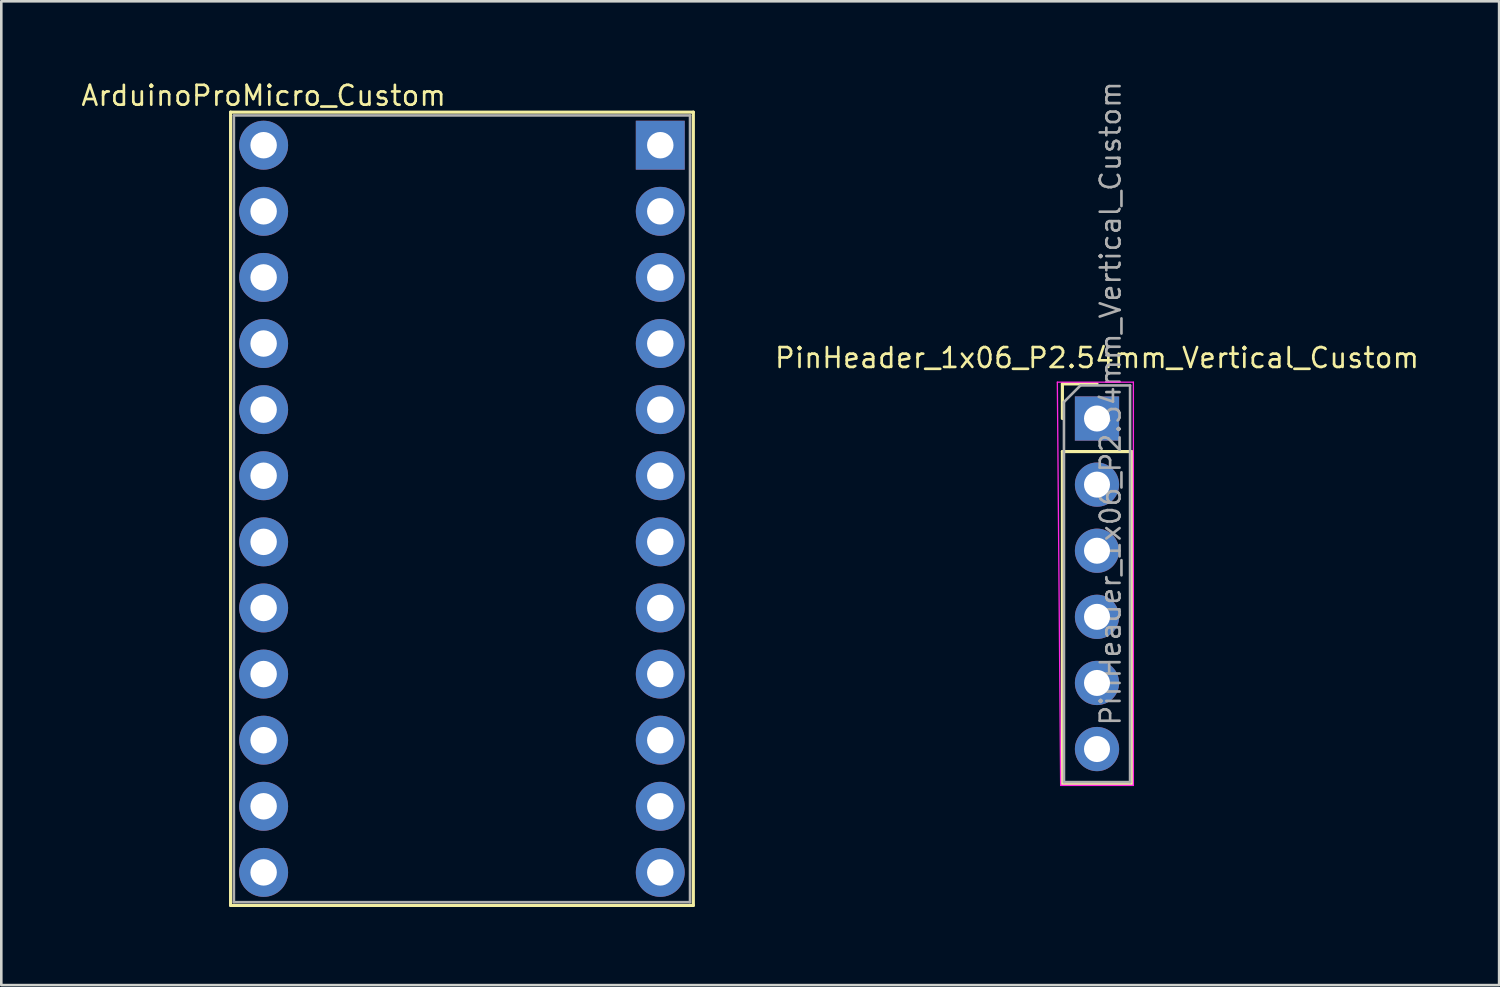
<source format=kicad_pcb>
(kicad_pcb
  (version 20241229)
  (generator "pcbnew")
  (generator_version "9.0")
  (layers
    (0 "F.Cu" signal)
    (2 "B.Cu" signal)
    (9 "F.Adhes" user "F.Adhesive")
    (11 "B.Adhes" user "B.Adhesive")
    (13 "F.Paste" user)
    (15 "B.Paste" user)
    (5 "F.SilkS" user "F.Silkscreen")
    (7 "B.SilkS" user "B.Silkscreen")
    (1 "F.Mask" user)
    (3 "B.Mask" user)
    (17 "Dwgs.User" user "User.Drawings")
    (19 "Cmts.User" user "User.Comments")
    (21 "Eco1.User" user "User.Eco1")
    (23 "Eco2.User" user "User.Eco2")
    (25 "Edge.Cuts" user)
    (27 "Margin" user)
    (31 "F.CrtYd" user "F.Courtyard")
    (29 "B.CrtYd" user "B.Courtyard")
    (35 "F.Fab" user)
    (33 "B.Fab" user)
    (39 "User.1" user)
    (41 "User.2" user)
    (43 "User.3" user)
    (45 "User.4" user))
  (footprint "PinHeader_1x06_P2.54mm_Vertical_Custom"
    (layer "F.Cu")
    (at 39.099 13.03)
    (property "Reference" "PinHeader_1x06_P2.54mm_Vertical_Custom" (at 0 -2.33 0) (layer "F.SilkS") (effects (font (size 0.762 0.762) (thickness 0.102))))
    (attr through_hole)
    (fp_line (start -1.33 -1.33) (end 0 -1.33) (stroke (width 0.12) (type solid)) (layer "F.SilkS"))
    (fp_line (start -1.33 0) (end -1.33 -1.33) (stroke (width 0.12) (type solid)) (layer "F.SilkS"))
    (fp_line (start -1.33 1.27) (end -1.33 14.03) (stroke (width 0.12) (type solid)) (layer "F.SilkS"))
    (fp_line (start -1.33 1.27) (end 1.33 1.27) (stroke (width 0.12) (type solid)) (layer "F.SilkS"))
    (fp_line (start -1.33 14.03) (end 1.33 14.03) (stroke (width 0.12) (type solid)) (layer "F.SilkS"))
    (fp_line (start 1.33 1.27) (end 1.33 14.03) (stroke (width 0.12) (type solid)) (layer "F.SilkS"))
    (fp_line (start -1.524 -1.397) (end -1.397 14.097) (stroke (width 0.05) (type solid)) (layer "F.CrtYd"))
    (fp_line (start -1.397 14.097) (end 1.397 14.097) (stroke (width 0.05) (type solid)) (layer "F.CrtYd"))
    (fp_line (start 1.397 -1.397) (end -1.524 -1.397) (stroke (width 0.05) (type solid)) (layer "F.CrtYd"))
    (fp_line (start 1.397 14.097) (end 1.397 -1.397) (stroke (width 0.05) (type solid)) (layer "F.CrtYd"))
    (fp_line (start -1.27 -0.635) (end -0.635 -1.27) (stroke (width 0.1) (type solid)) (layer "F.Fab"))
    (fp_line (start -1.27 13.97) (end -1.27 -0.635) (stroke (width 0.1) (type solid)) (layer "F.Fab"))
    (fp_line (start -0.635 -1.27) (end 1.27 -1.27) (stroke (width 0.1) (type solid)) (layer "F.Fab"))
    (fp_line (start 1.27 -1.27) (end 1.27 13.97) (stroke (width 0.1) (type solid)) (layer "F.Fab"))
    (fp_line (start 1.27 13.97) (end -1.27 13.97) (stroke (width 0.1) (type solid)) (layer "F.Fab"))
    (fp_text user "${REFERENCE}" (at 0.519 -0.58 90) (layer "F.Fab") (effects (font (size 0.762 0.762) (thickness 0.102))))
    (pad "1" thru_hole rect (at 0 0) (size 1.7 1.7) (drill 1) (layers "*.Cu" "*.Mask"))
    (pad "2" thru_hole oval (at 0 2.54) (size 1.7 1.7) (drill 1) (layers "*.Cu" "*.Mask"))
    (pad "3" thru_hole oval (at 0 5.08) (size 1.7 1.7) (drill 1) (layers "*.Cu" "*.Mask"))
    (pad "4" thru_hole oval (at 0 7.62) (size 1.7 1.7) (drill 1) (layers "*.Cu" "*.Mask"))
    (pad "5" thru_hole oval (at 0 10.16) (size 1.7 1.7) (drill 1) (layers "*.Cu" "*.Mask"))
    (pad "6" thru_hole oval (at 0 12.7) (size 1.7 1.7) (drill 1) (layers "*.Cu" "*.Mask")))
  (footprint "ArduinoProMicro_Custom"
    (layer "F.Cu")
    (at 14.699 15.229)
    (property "Reference" "ArduinoProMicro_Custom" (at -7.62 -14.605 0) (layer "F.SilkS") (effects (font (size 0.762 0.762) (thickness 0.102))))
    (attr through_hole)
    (fp_line (start -8.89 -13.97) (end 8.89 -13.97) (stroke (width 0.12) (type solid)) (layer "F.SilkS"))
    (fp_line (start -8.89 16.51) (end -8.89 -13.97) (stroke (width 0.12) (type solid)) (layer "F.SilkS"))
    (fp_line (start 8.89 -13.97) (end 8.89 16.51) (stroke (width 0.12) (type solid)) (layer "F.SilkS"))
    (fp_line (start 8.89 16.51) (end -8.89 16.51) (stroke (width 0.12) (type solid)) (layer "F.SilkS"))
    (fp_line (start -8.763 -13.843) (end -8.763 16.383) (stroke (width 0.1) (type solid)) (layer "F.Fab"))
    (fp_line (start -8.763 16.383) (end 8.763 16.383) (stroke (width 0.1) (type solid)) (layer "F.Fab"))
    (fp_line (start 8.763 -13.843) (end -8.763 -13.843) (stroke (width 0.1) (type solid)) (layer "F.Fab"))
    (fp_line (start 8.763 16.383) (end 8.763 -13.843) (stroke (width 0.1) (type solid)) (layer "F.Fab"))
    (pad "1" thru_hole rect (at 7.62 -12.7) (size 1.88 1.88) (drill 1.016) (layers "*.Cu" "*.Mask"))
    (pad "2" thru_hole circle (at 7.62 -10.16) (size 1.88 1.88) (drill 1.016) (layers "*.Cu" "*.Mask"))
    (pad "3" thru_hole circle (at 7.62 -7.62) (size 1.88 1.88) (drill 1.016) (layers "*.Cu" "*.Mask"))
    (pad "4" thru_hole circle (at 7.62 -5.08) (size 1.88 1.88) (drill 1.016) (layers "*.Cu" "*.Mask"))
    (pad "5" thru_hole circle (at 7.62 -2.54) (size 1.88 1.88) (drill 1.016) (layers "*.Cu" "*.Mask"))
    (pad "6" thru_hole circle (at 7.62 0) (size 1.88 1.88) (drill 1.016) (layers "*.Cu" "*.Mask"))
    (pad "7" thru_hole circle (at 7.62 2.54) (size 1.88 1.88) (drill 1.016) (layers "*.Cu" "*.Mask"))
    (pad "8" thru_hole circle (at 7.62 5.08) (size 1.88 1.88) (drill 1.016) (layers "*.Cu" "*.Mask"))
    (pad "9" thru_hole circle (at 7.62 7.62) (size 1.88 1.88) (drill 1.016) (layers "*.Cu" "*.Mask"))
    (pad "10" thru_hole circle (at 7.62 10.16) (size 1.88 1.88) (drill 1.016) (layers "*.Cu" "*.Mask"))
    (pad "11" thru_hole circle (at 7.62 12.7) (size 1.88 1.88) (drill 1.016) (layers "*.Cu" "*.Mask"))
    (pad "12" thru_hole circle (at 7.62 15.24) (size 1.88 1.88) (drill 1.016) (layers "*.Cu" "*.Mask"))
    (pad "13" thru_hole circle (at -7.62 15.24) (size 1.88 1.88) (drill 1.016) (layers "*.Cu" "*.Mask"))
    (pad "14" thru_hole circle (at -7.62 12.7) (size 1.88 1.88) (drill 1.016) (layers "*.Cu" "*.Mask"))
    (pad "15" thru_hole circle (at -7.62 10.16) (size 1.88 1.88) (drill 1.016) (layers "*.Cu" "*.Mask"))
    (pad "16" thru_hole circle (at -7.62 7.62) (size 1.88 1.88) (drill 1.016) (layers "*.Cu" "*.Mask"))
    (pad "17" thru_hole circle (at -7.62 5.08) (size 1.88 1.88) (drill 1.016) (layers "*.Cu" "*.Mask"))
    (pad "18" thru_hole circle (at -7.62 2.54) (size 1.88 1.88) (drill 1.016) (layers "*.Cu" "*.Mask"))
    (pad "19" thru_hole circle (at -7.62 0) (size 1.88 1.88) (drill 1.016) (layers "*.Cu" "*.Mask"))
    (pad "20" thru_hole circle (at -7.62 -2.54) (size 1.88 1.88) (drill 1.016) (layers "*.Cu" "*.Mask"))
    (pad "21" thru_hole circle (at -7.62 -5.08) (size 1.88 1.88) (drill 1.016) (layers "*.Cu" "*.Mask"))
    (pad "22" thru_hole circle (at -7.62 -7.62) (size 1.88 1.88) (drill 1.016) (layers "*.Cu" "*.Mask"))
    (pad "23" thru_hole circle (at -7.62 -10.16) (size 1.88 1.88) (drill 1.016) (layers "*.Cu" "*.Mask"))
    (pad "24" thru_hole circle (at -7.62 -12.7) (size 1.88 1.88) (drill 1.016) (layers "*.Cu" "*.Mask")))
  (gr_rect
    (start -3 -3)
    (end 54.549 34.799)
    (stroke (width 0.1) (type default))
    (fill no)
    (layer "Edge.Cuts")))
</source>
